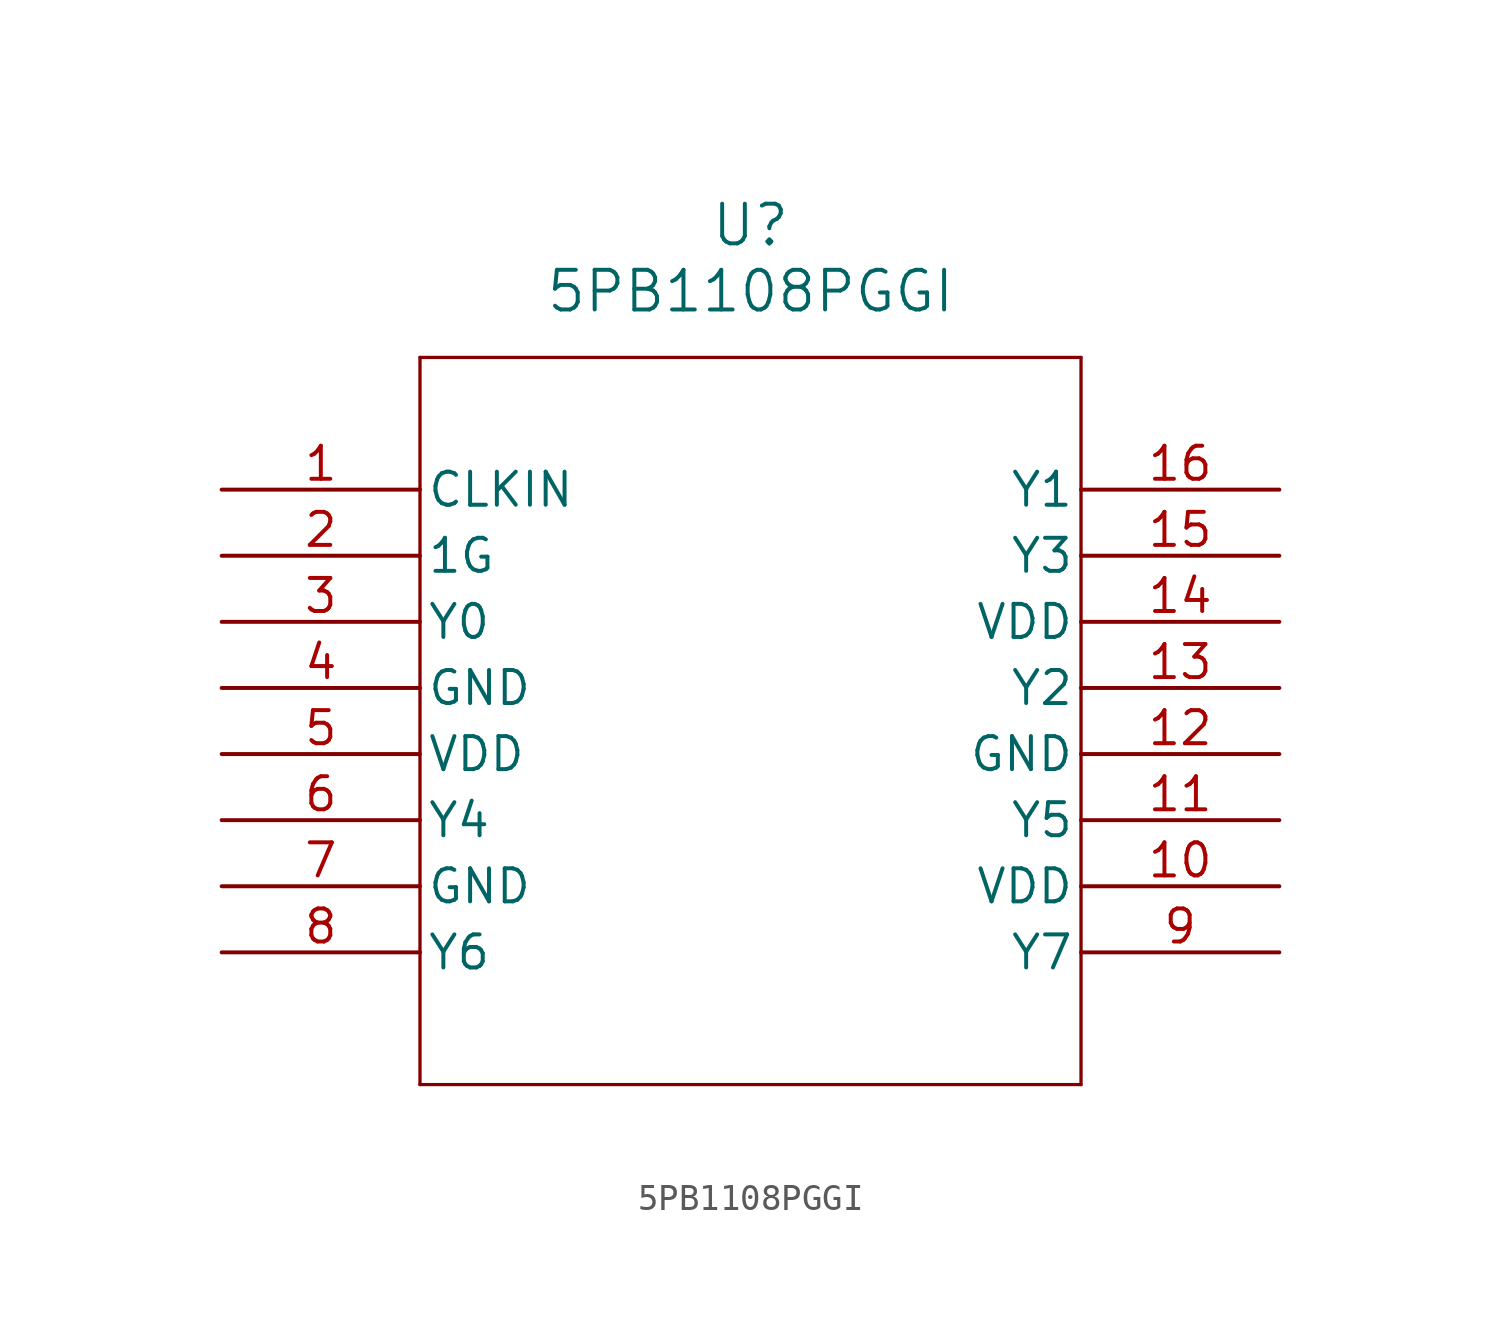
<source format=kicad_sym>
(kicad_symbol_lib
  (version 20211014)
  (generator kicad_symbol_editor)
  (symbol "5PB1108PGGI"
    (pin_names
      (offset 0.254))
    (property "Reference" "U"
      (at 20.32 10.16 0)
      (effects (font (size 1.524 1.524))))
    (property "Value" "5PB1108PGGI"
      (at 20.32 7.62 0)
      (effects (font (size 1.524 1.524))))
    (symbol "5PB1108PGGI_0_1"
      (polyline (pts (xy 7.62 5.08) (xy 7.62 -22.86)) (stroke (width 0.127) (type default) (color 0 0 0 0)) (fill (type none)))
      (polyline (pts (xy 7.62 -22.86) (xy 33.02 -22.86)) (stroke (width 0.127) (type default) (color 0 0 0 0)) (fill (type none)))
      (polyline (pts (xy 33.02 -22.86) (xy 33.02 5.08)) (stroke (width 0.127) (type default) (color 0 0 0 0)) (fill (type none)))
      (polyline (pts (xy 33.02 5.08) (xy 7.62 5.08)) (stroke (width 0.127) (type default) (color 0 0 0 0)) (fill (type none)))
      (pin input line (at 0 0 0) (length 7.62) (name "CLKIN" (effects (font (size 1.27 1.27)))) (number "1" (effects (font (size 1.27 1.27)))))
      (pin output line (at 0 -2.54 0) (length 7.62) (name "1G" (effects (font (size 1.27 1.27)))) (number "2" (effects (font (size 1.27 1.27)))))
      (pin output line (at 0 -5.08 0) (length 7.62) (name "Y0" (effects (font (size 1.27 1.27)))) (number "3" (effects (font (size 1.27 1.27)))))
      (pin power_out line (at 0 -7.62 0) (length 7.62) (name "GND" (effects (font (size 1.27 1.27)))) (number "4" (effects (font (size 1.27 1.27)))))
      (pin power_in line (at 0 -10.16 0) (length 7.62) (name "VDD" (effects (font (size 1.27 1.27)))) (number "5" (effects (font (size 1.27 1.27)))))
      (pin output line (at 0 -12.7 0) (length 7.62) (name "Y4" (effects (font (size 1.27 1.27)))) (number "6" (effects (font (size 1.27 1.27)))))
      (pin power_out line (at 0 -15.24 0) (length 7.62) (name "GND" (effects (font (size 1.27 1.27)))) (number "7" (effects (font (size 1.27 1.27)))))
      (pin output line (at 0 -17.78 0) (length 7.62) (name "Y6" (effects (font (size 1.27 1.27)))) (number "8" (effects (font (size 1.27 1.27)))))
      (pin output line (at 40.64 -17.78 180) (length 7.62) (name "Y7" (effects (font (size 1.27 1.27)))) (number "9" (effects (font (size 1.27 1.27)))))
      (pin power_in line (at 40.64 -15.24 180) (length 7.62) (name "VDD" (effects (font (size 1.27 1.27)))) (number "10" (effects (font (size 1.27 1.27)))))
      (pin output line (at 40.64 -12.7 180) (length 7.62) (name "Y5" (effects (font (size 1.27 1.27)))) (number "11" (effects (font (size 1.27 1.27)))))
      (pin power_out line (at 40.64 -10.16 180) (length 7.62) (name "GND" (effects (font (size 1.27 1.27)))) (number "12" (effects (font (size 1.27 1.27)))))
      (pin output line (at 40.64 -7.62 180) (length 7.62) (name "Y2" (effects (font (size 1.27 1.27)))) (number "13" (effects (font (size 1.27 1.27)))))
      (pin power_in line (at 40.64 -5.08 180) (length 7.62) (name "VDD" (effects (font (size 1.27 1.27)))) (number "14" (effects (font (size 1.27 1.27)))))
      (pin output line (at 40.64 -2.54 180) (length 7.62) (name "Y3" (effects (font (size 1.27 1.27)))) (number "15" (effects (font (size 1.27 1.27)))))
      (pin output line (at 40.64 0 180) (length 7.62) (name "Y1" (effects (font (size 1.27 1.27)))) (number "16" (effects (font (size 1.27 1.27))))))))
</source>
